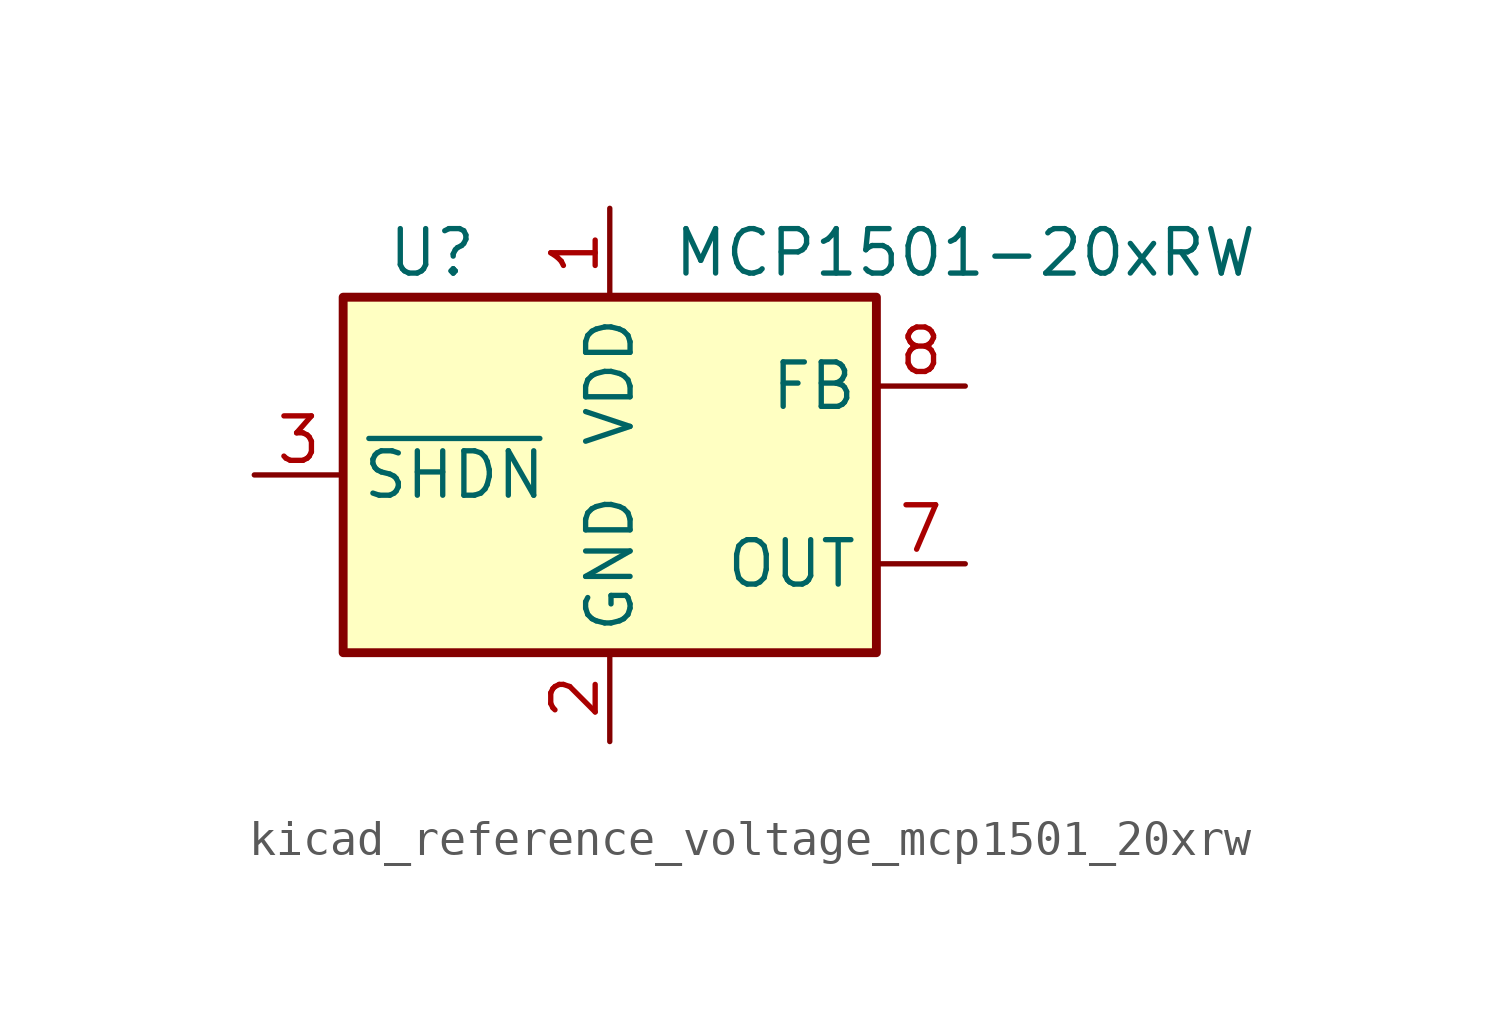
<source format=kicad_sym>
(kicad_symbol_lib
  (version 20220914)
  (generator kicad_symbol_editor)
  (symbol "kicad_reference_voltage_mcp1501_20xrw"
    (property "Reference" "U"
      (at -5.08 6.35 0)
      (effects (font (size 1.27 1.27))))
    (property "Value" "MCP1501-20xRW"
      (at 10.16 6.35 0)
      (effects (font (size 1.27 1.27))))
    (symbol "kicad_reference_voltage_mcp1501_20xrw_0_0"
      (pin power_in line (at 0 7.62 270) (length 2.54) (name "VDD" (effects (font (size 1.27 1.27)))) (number "1" (effects (font (size 1.27 1.27)))))
      (pin power_in line (at 0 -7.62 90) (length 2.54) (name "GND" (effects (font (size 1.27 1.27)))) (number "2" (effects (font (size 1.27 1.27)))))
      (pin input line (at -10.16 0 0) (length 2.54) (name "~{SHDN}" (effects (font (size 1.27 1.27)))) (number "3" (effects (font (size 1.27 1.27)))))
      (pin passive line (at 0 -7.62 90) (length 2.54) hide (name "GND" (effects (font (size 1.27 1.27)))) (number "4" (effects (font (size 1.27 1.27)))))
      (pin passive line (at 0 -7.62 90) (length 2.54) hide (name "GND" (effects (font (size 1.27 1.27)))) (number "5" (effects (font (size 1.27 1.27)))))
      (pin passive line (at 0 -7.62 90) (length 2.54) hide (name "GND" (effects (font (size 1.27 1.27)))) (number "6" (effects (font (size 1.27 1.27)))))
      (pin power_out line (at 10.16 -2.54 180) (length 2.54) (name "OUT" (effects (font (size 1.27 1.27)))) (number "7" (effects (font (size 1.27 1.27)))))
      (pin input line (at 10.16 2.54 180) (length 2.54) (name "FB" (effects (font (size 1.27 1.27)))) (number "8" (effects (font (size 1.27 1.27))))))
    (symbol "kicad_reference_voltage_mcp1501_20xrw_0_1"
      (rectangle (start -7.62 5.08) (end 7.62 -5.08) (stroke (width 0.254) (type default)) (fill (type background))))))
</source>
